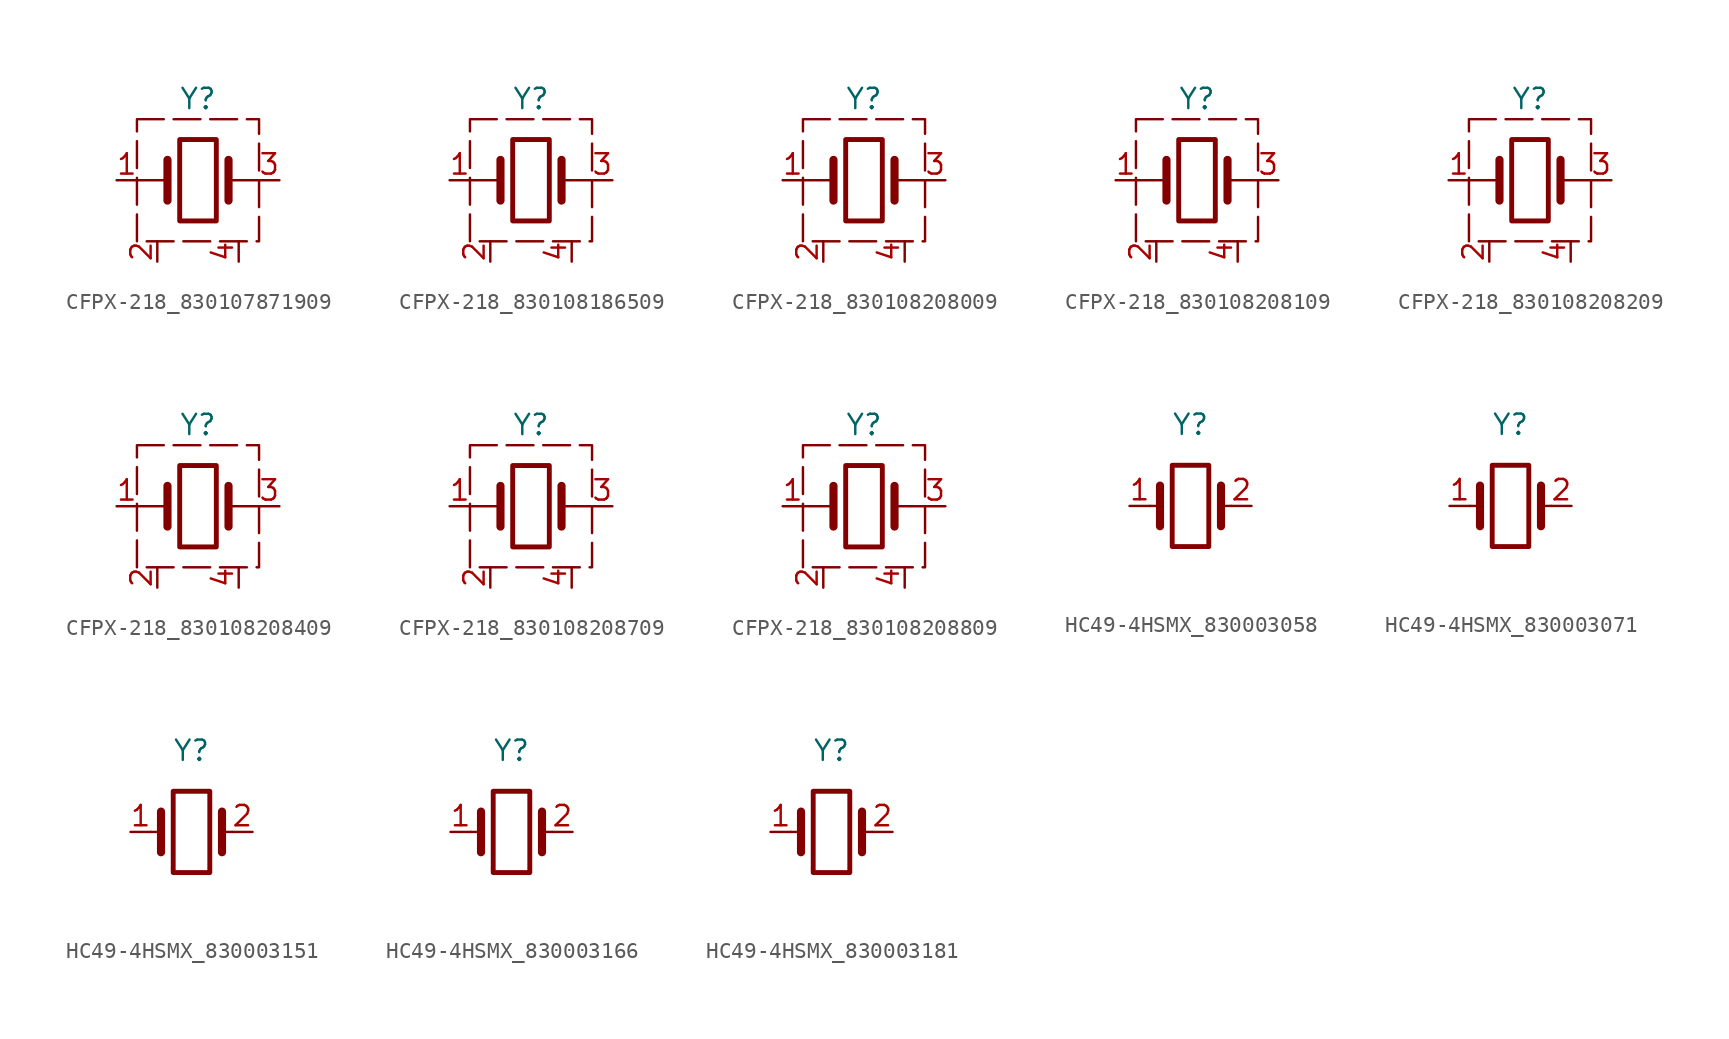
<source format=kicad_sym>
(kicad_symbol_lib
  (version 20220914)
  (generator kicad_symbol_editor)
  (symbol "CFPX-218_830107871909"
    (pin_names hide)
    (property "Reference" "Y"
      (at 0 5.08 0)
      (effects (font (size 1.27 1.27))))
    (property "Critical Parameter" ""
      (at 0 -5.08 0)
      (effects (font (size 1.27 1.27)) (justify left)))
    (symbol "CFPX-218_830107871909_0_1"
      (rectangle (start -1.143 2.54) (end 1.143 -2.54) (stroke (width 0.305) (type default)) (fill (type none)))
      (polyline (pts (xy -3.81 0) (xy -1.905 0)) (stroke (width 0) (type default)) (fill (type none)))
      (polyline (pts (xy -1.905 -1.27) (xy -1.905 1.27)) (stroke (width 0.508) (type default)) (fill (type none)))
      (polyline (pts (xy 1.905 -1.27) (xy 1.905 1.27)) (stroke (width 0.508) (type default)) (fill (type none)))
      (polyline (pts (xy 3.81 0) (xy 1.905 0)) (stroke (width 0) (type default)) (fill (type none))))
    (symbol "CFPX-218_830107871909_1_1"
      (rectangle (start -3.81 3.81) (end 3.81 -3.81) (stroke (width 0) (type dash)) (fill (type none)))
      (pin passive line (at -5.08 0 0) (length 1.27) (name "1" (effects (font (size 1.27 1.27)))) (number "1" (effects (font (size 1.27 1.27)))))
      (pin passive line (at -2.54 -5.08 90) (length 1.27) (name "GND" (effects (font (size 1.27 1.27)))) (number "2" (effects (font (size 1.27 1.27)))))
      (pin passive line (at 5.08 0 180) (length 1.27) (name "3" (effects (font (size 1.27 1.27)))) (number "3" (effects (font (size 1.27 1.27)))))
      (pin passive line (at 2.54 -5.08 90) (length 1.27) (name "GND1" (effects (font (size 1.27 1.27)))) (number "4" (effects (font (size 1.27 1.27)))))))
  (symbol "CFPX-218_830108186509"
    (pin_names hide)
    (property "Reference" "Y"
      (at 0 5.08 0)
      (effects (font (size 1.27 1.27))))
    (property "Critical Parameter" ""
      (at 0 -5.08 0)
      (effects (font (size 1.27 1.27)) (justify left)))
    (symbol "CFPX-218_830108186509_0_1"
      (rectangle (start -1.143 2.54) (end 1.143 -2.54) (stroke (width 0.305) (type default)) (fill (type none)))
      (polyline (pts (xy -3.81 0) (xy -1.905 0)) (stroke (width 0) (type default)) (fill (type none)))
      (polyline (pts (xy -1.905 -1.27) (xy -1.905 1.27)) (stroke (width 0.508) (type default)) (fill (type none)))
      (polyline (pts (xy 1.905 -1.27) (xy 1.905 1.27)) (stroke (width 0.508) (type default)) (fill (type none)))
      (polyline (pts (xy 3.81 0) (xy 1.905 0)) (stroke (width 0) (type default)) (fill (type none))))
    (symbol "CFPX-218_830108186509_1_1"
      (rectangle (start -3.81 3.81) (end 3.81 -3.81) (stroke (width 0) (type dash)) (fill (type none)))
      (pin passive line (at -5.08 0 0) (length 1.27) (name "1" (effects (font (size 1.27 1.27)))) (number "1" (effects (font (size 1.27 1.27)))))
      (pin passive line (at -2.54 -5.08 90) (length 1.27) (name "GND" (effects (font (size 1.27 1.27)))) (number "2" (effects (font (size 1.27 1.27)))))
      (pin passive line (at 5.08 0 180) (length 1.27) (name "3" (effects (font (size 1.27 1.27)))) (number "3" (effects (font (size 1.27 1.27)))))
      (pin passive line (at 2.54 -5.08 90) (length 1.27) (name "GND1" (effects (font (size 1.27 1.27)))) (number "4" (effects (font (size 1.27 1.27)))))))
  (symbol "CFPX-218_830108208009"
    (pin_names hide)
    (property "Reference" "Y"
      (at 0 5.08 0)
      (effects (font (size 1.27 1.27))))
    (property "Critical Parameter" ""
      (at 0 -5.08 0)
      (effects (font (size 1.27 1.27)) (justify left)))
    (symbol "CFPX-218_830108208009_0_1"
      (rectangle (start -1.143 2.54) (end 1.143 -2.54) (stroke (width 0.305) (type default)) (fill (type none)))
      (polyline (pts (xy -3.81 0) (xy -1.905 0)) (stroke (width 0) (type default)) (fill (type none)))
      (polyline (pts (xy -1.905 -1.27) (xy -1.905 1.27)) (stroke (width 0.508) (type default)) (fill (type none)))
      (polyline (pts (xy 1.905 -1.27) (xy 1.905 1.27)) (stroke (width 0.508) (type default)) (fill (type none)))
      (polyline (pts (xy 3.81 0) (xy 1.905 0)) (stroke (width 0) (type default)) (fill (type none))))
    (symbol "CFPX-218_830108208009_1_1"
      (rectangle (start -3.81 3.81) (end 3.81 -3.81) (stroke (width 0) (type dash)) (fill (type none)))
      (pin passive line (at -5.08 0 0) (length 1.27) (name "1" (effects (font (size 1.27 1.27)))) (number "1" (effects (font (size 1.27 1.27)))))
      (pin passive line (at -2.54 -5.08 90) (length 1.27) (name "GND" (effects (font (size 1.27 1.27)))) (number "2" (effects (font (size 1.27 1.27)))))
      (pin passive line (at 5.08 0 180) (length 1.27) (name "3" (effects (font (size 1.27 1.27)))) (number "3" (effects (font (size 1.27 1.27)))))
      (pin passive line (at 2.54 -5.08 90) (length 1.27) (name "GND1" (effects (font (size 1.27 1.27)))) (number "4" (effects (font (size 1.27 1.27)))))))
  (symbol "CFPX-218_830108208109"
    (pin_names hide)
    (property "Reference" "Y"
      (at 0 5.08 0)
      (effects (font (size 1.27 1.27))))
    (property "Critical Parameter" ""
      (at 0 -5.08 0)
      (effects (font (size 1.27 1.27)) (justify left)))
    (symbol "CFPX-218_830108208109_0_1"
      (rectangle (start -1.143 2.54) (end 1.143 -2.54) (stroke (width 0.305) (type default)) (fill (type none)))
      (polyline (pts (xy -3.81 0) (xy -1.905 0)) (stroke (width 0) (type default)) (fill (type none)))
      (polyline (pts (xy -1.905 -1.27) (xy -1.905 1.27)) (stroke (width 0.508) (type default)) (fill (type none)))
      (polyline (pts (xy 1.905 -1.27) (xy 1.905 1.27)) (stroke (width 0.508) (type default)) (fill (type none)))
      (polyline (pts (xy 3.81 0) (xy 1.905 0)) (stroke (width 0) (type default)) (fill (type none))))
    (symbol "CFPX-218_830108208109_1_1"
      (rectangle (start -3.81 3.81) (end 3.81 -3.81) (stroke (width 0) (type dash)) (fill (type none)))
      (pin passive line (at -5.08 0 0) (length 1.27) (name "1" (effects (font (size 1.27 1.27)))) (number "1" (effects (font (size 1.27 1.27)))))
      (pin passive line (at -2.54 -5.08 90) (length 1.27) (name "GND" (effects (font (size 1.27 1.27)))) (number "2" (effects (font (size 1.27 1.27)))))
      (pin passive line (at 5.08 0 180) (length 1.27) (name "3" (effects (font (size 1.27 1.27)))) (number "3" (effects (font (size 1.27 1.27)))))
      (pin passive line (at 2.54 -5.08 90) (length 1.27) (name "GND1" (effects (font (size 1.27 1.27)))) (number "4" (effects (font (size 1.27 1.27)))))))
  (symbol "CFPX-218_830108208209"
    (pin_names hide)
    (property "Reference" "Y"
      (at 0 5.08 0)
      (effects (font (size 1.27 1.27))))
    (property "Critical Parameter" ""
      (at 0 -5.08 0)
      (effects (font (size 1.27 1.27)) (justify left)))
    (symbol "CFPX-218_830108208209_0_1"
      (rectangle (start -1.143 2.54) (end 1.143 -2.54) (stroke (width 0.305) (type default)) (fill (type none)))
      (polyline (pts (xy -3.81 0) (xy -1.905 0)) (stroke (width 0) (type default)) (fill (type none)))
      (polyline (pts (xy -1.905 -1.27) (xy -1.905 1.27)) (stroke (width 0.508) (type default)) (fill (type none)))
      (polyline (pts (xy 1.905 -1.27) (xy 1.905 1.27)) (stroke (width 0.508) (type default)) (fill (type none)))
      (polyline (pts (xy 3.81 0) (xy 1.905 0)) (stroke (width 0) (type default)) (fill (type none))))
    (symbol "CFPX-218_830108208209_1_1"
      (rectangle (start -3.81 3.81) (end 3.81 -3.81) (stroke (width 0) (type dash)) (fill (type none)))
      (pin passive line (at -5.08 0 0) (length 1.27) (name "1" (effects (font (size 1.27 1.27)))) (number "1" (effects (font (size 1.27 1.27)))))
      (pin passive line (at -2.54 -5.08 90) (length 1.27) (name "GND" (effects (font (size 1.27 1.27)))) (number "2" (effects (font (size 1.27 1.27)))))
      (pin passive line (at 5.08 0 180) (length 1.27) (name "3" (effects (font (size 1.27 1.27)))) (number "3" (effects (font (size 1.27 1.27)))))
      (pin passive line (at 2.54 -5.08 90) (length 1.27) (name "GND1" (effects (font (size 1.27 1.27)))) (number "4" (effects (font (size 1.27 1.27)))))))
  (symbol "CFPX-218_830108208409"
    (pin_names hide)
    (property "Reference" "Y"
      (at 0 5.08 0)
      (effects (font (size 1.27 1.27))))
    (property "Critical Parameter" ""
      (at 0 -5.08 0)
      (effects (font (size 1.27 1.27)) (justify left)))
    (symbol "CFPX-218_830108208409_0_1"
      (rectangle (start -1.143 2.54) (end 1.143 -2.54) (stroke (width 0.305) (type default)) (fill (type none)))
      (polyline (pts (xy -3.81 0) (xy -1.905 0)) (stroke (width 0) (type default)) (fill (type none)))
      (polyline (pts (xy -1.905 -1.27) (xy -1.905 1.27)) (stroke (width 0.508) (type default)) (fill (type none)))
      (polyline (pts (xy 1.905 -1.27) (xy 1.905 1.27)) (stroke (width 0.508) (type default)) (fill (type none)))
      (polyline (pts (xy 3.81 0) (xy 1.905 0)) (stroke (width 0) (type default)) (fill (type none))))
    (symbol "CFPX-218_830108208409_1_1"
      (rectangle (start -3.81 3.81) (end 3.81 -3.81) (stroke (width 0) (type dash)) (fill (type none)))
      (pin passive line (at -5.08 0 0) (length 1.27) (name "1" (effects (font (size 1.27 1.27)))) (number "1" (effects (font (size 1.27 1.27)))))
      (pin passive line (at -2.54 -5.08 90) (length 1.27) (name "GND" (effects (font (size 1.27 1.27)))) (number "2" (effects (font (size 1.27 1.27)))))
      (pin passive line (at 5.08 0 180) (length 1.27) (name "3" (effects (font (size 1.27 1.27)))) (number "3" (effects (font (size 1.27 1.27)))))
      (pin passive line (at 2.54 -5.08 90) (length 1.27) (name "GND1" (effects (font (size 1.27 1.27)))) (number "4" (effects (font (size 1.27 1.27)))))))
  (symbol "CFPX-218_830108208709"
    (pin_names hide)
    (property "Reference" "Y"
      (at 0 5.08 0)
      (effects (font (size 1.27 1.27))))
    (property "Critical Parameter" ""
      (at 0 -5.08 0)
      (effects (font (size 1.27 1.27)) (justify left)))
    (symbol "CFPX-218_830108208709_0_1"
      (rectangle (start -1.143 2.54) (end 1.143 -2.54) (stroke (width 0.305) (type default)) (fill (type none)))
      (polyline (pts (xy -3.81 0) (xy -1.905 0)) (stroke (width 0) (type default)) (fill (type none)))
      (polyline (pts (xy -1.905 -1.27) (xy -1.905 1.27)) (stroke (width 0.508) (type default)) (fill (type none)))
      (polyline (pts (xy 1.905 -1.27) (xy 1.905 1.27)) (stroke (width 0.508) (type default)) (fill (type none)))
      (polyline (pts (xy 3.81 0) (xy 1.905 0)) (stroke (width 0) (type default)) (fill (type none))))
    (symbol "CFPX-218_830108208709_1_1"
      (rectangle (start -3.81 3.81) (end 3.81 -3.81) (stroke (width 0) (type dash)) (fill (type none)))
      (pin passive line (at -5.08 0 0) (length 1.27) (name "1" (effects (font (size 1.27 1.27)))) (number "1" (effects (font (size 1.27 1.27)))))
      (pin passive line (at -2.54 -5.08 90) (length 1.27) (name "GND" (effects (font (size 1.27 1.27)))) (number "2" (effects (font (size 1.27 1.27)))))
      (pin passive line (at 5.08 0 180) (length 1.27) (name "3" (effects (font (size 1.27 1.27)))) (number "3" (effects (font (size 1.27 1.27)))))
      (pin passive line (at 2.54 -5.08 90) (length 1.27) (name "GND1" (effects (font (size 1.27 1.27)))) (number "4" (effects (font (size 1.27 1.27)))))))
  (symbol "CFPX-218_830108208809"
    (pin_names hide)
    (property "Reference" "Y"
      (at 0 5.08 0)
      (effects (font (size 1.27 1.27))))
    (property "Critical Parameter" ""
      (at 0 -5.08 0)
      (effects (font (size 1.27 1.27)) (justify left)))
    (symbol "CFPX-218_830108208809_0_1"
      (rectangle (start -1.143 2.54) (end 1.143 -2.54) (stroke (width 0.305) (type default)) (fill (type none)))
      (polyline (pts (xy -3.81 0) (xy -1.905 0)) (stroke (width 0) (type default)) (fill (type none)))
      (polyline (pts (xy -1.905 -1.27) (xy -1.905 1.27)) (stroke (width 0.508) (type default)) (fill (type none)))
      (polyline (pts (xy 1.905 -1.27) (xy 1.905 1.27)) (stroke (width 0.508) (type default)) (fill (type none)))
      (polyline (pts (xy 3.81 0) (xy 1.905 0)) (stroke (width 0) (type default)) (fill (type none))))
    (symbol "CFPX-218_830108208809_1_1"
      (rectangle (start -3.81 3.81) (end 3.81 -3.81) (stroke (width 0) (type dash)) (fill (type none)))
      (pin passive line (at -5.08 0 0) (length 1.27) (name "1" (effects (font (size 1.27 1.27)))) (number "1" (effects (font (size 1.27 1.27)))))
      (pin passive line (at -2.54 -5.08 90) (length 1.27) (name "GND" (effects (font (size 1.27 1.27)))) (number "2" (effects (font (size 1.27 1.27)))))
      (pin passive line (at 5.08 0 180) (length 1.27) (name "3" (effects (font (size 1.27 1.27)))) (number "3" (effects (font (size 1.27 1.27)))))
      (pin passive line (at 2.54 -5.08 90) (length 1.27) (name "GND1" (effects (font (size 1.27 1.27)))) (number "4" (effects (font (size 1.27 1.27)))))))
  (symbol "HC49-4HSMX_830003058"
    (pin_names hide)
    (property "Reference" "Y"
      (at 0 5.08 0)
      (effects (font (size 1.27 1.27))))
    (property "Critical Parameter" ""
      (at 0 -5.08 0)
      (effects (font (size 1.27 1.27)) (justify left)))
    (symbol "HC49-4HSMX_830003058_0_1"
      (rectangle (start -1.143 2.54) (end 1.143 -2.54) (stroke (width 0.305) (type default)) (fill (type none)))
      (polyline (pts (xy -2.54 0) (xy -1.905 0)) (stroke (width 0) (type default)) (fill (type none)))
      (polyline (pts (xy -1.905 -1.27) (xy -1.905 1.27)) (stroke (width 0.508) (type default)) (fill (type none)))
      (polyline (pts (xy 1.905 -1.27) (xy 1.905 1.27)) (stroke (width 0.508) (type default)) (fill (type none)))
      (polyline (pts (xy 2.54 0) (xy 1.905 0)) (stroke (width 0) (type default)) (fill (type none))))
    (symbol "HC49-4HSMX_830003058_1_1"
      (pin passive line (at -3.81 0 0) (length 1.27) (name "1" (effects (font (size 1.27 1.27)))) (number "1" (effects (font (size 1.27 1.27)))))
      (pin passive line (at 3.81 0 180) (length 1.27) (name "2" (effects (font (size 1.27 1.27)))) (number "2" (effects (font (size 1.27 1.27)))))))
  (symbol "HC49-4HSMX_830003071"
    (pin_names hide)
    (property "Reference" "Y"
      (at 0 5.08 0)
      (effects (font (size 1.27 1.27))))
    (property "Critical Parameter" ""
      (at 0 -5.08 0)
      (effects (font (size 1.27 1.27)) (justify left)))
    (symbol "HC49-4HSMX_830003071_0_1"
      (rectangle (start -1.143 2.54) (end 1.143 -2.54) (stroke (width 0.305) (type default)) (fill (type none)))
      (polyline (pts (xy -2.54 0) (xy -1.905 0)) (stroke (width 0) (type default)) (fill (type none)))
      (polyline (pts (xy -1.905 -1.27) (xy -1.905 1.27)) (stroke (width 0.508) (type default)) (fill (type none)))
      (polyline (pts (xy 1.905 -1.27) (xy 1.905 1.27)) (stroke (width 0.508) (type default)) (fill (type none)))
      (polyline (pts (xy 2.54 0) (xy 1.905 0)) (stroke (width 0) (type default)) (fill (type none))))
    (symbol "HC49-4HSMX_830003071_1_1"
      (pin passive line (at -3.81 0 0) (length 1.27) (name "1" (effects (font (size 1.27 1.27)))) (number "1" (effects (font (size 1.27 1.27)))))
      (pin passive line (at 3.81 0 180) (length 1.27) (name "2" (effects (font (size 1.27 1.27)))) (number "2" (effects (font (size 1.27 1.27)))))))
  (symbol "HC49-4HSMX_830003151"
    (pin_names hide)
    (property "Reference" "Y"
      (at 0 5.08 0)
      (effects (font (size 1.27 1.27))))
    (property "Critical Parameter" ""
      (at 0 -5.08 0)
      (effects (font (size 1.27 1.27)) (justify left)))
    (symbol "HC49-4HSMX_830003151_0_1"
      (rectangle (start -1.143 2.54) (end 1.143 -2.54) (stroke (width 0.305) (type default)) (fill (type none)))
      (polyline (pts (xy -2.54 0) (xy -1.905 0)) (stroke (width 0) (type default)) (fill (type none)))
      (polyline (pts (xy -1.905 -1.27) (xy -1.905 1.27)) (stroke (width 0.508) (type default)) (fill (type none)))
      (polyline (pts (xy 1.905 -1.27) (xy 1.905 1.27)) (stroke (width 0.508) (type default)) (fill (type none)))
      (polyline (pts (xy 2.54 0) (xy 1.905 0)) (stroke (width 0) (type default)) (fill (type none))))
    (symbol "HC49-4HSMX_830003151_1_1"
      (pin passive line (at -3.81 0 0) (length 1.27) (name "1" (effects (font (size 1.27 1.27)))) (number "1" (effects (font (size 1.27 1.27)))))
      (pin passive line (at 3.81 0 180) (length 1.27) (name "2" (effects (font (size 1.27 1.27)))) (number "2" (effects (font (size 1.27 1.27)))))))
  (symbol "HC49-4HSMX_830003166"
    (pin_names hide)
    (property "Reference" "Y"
      (at 0 5.08 0)
      (effects (font (size 1.27 1.27))))
    (property "Critical Parameter" ""
      (at 0 -5.08 0)
      (effects (font (size 1.27 1.27)) (justify left)))
    (symbol "HC49-4HSMX_830003166_0_1"
      (rectangle (start -1.143 2.54) (end 1.143 -2.54) (stroke (width 0.305) (type default)) (fill (type none)))
      (polyline (pts (xy -2.54 0) (xy -1.905 0)) (stroke (width 0) (type default)) (fill (type none)))
      (polyline (pts (xy -1.905 -1.27) (xy -1.905 1.27)) (stroke (width 0.508) (type default)) (fill (type none)))
      (polyline (pts (xy 1.905 -1.27) (xy 1.905 1.27)) (stroke (width 0.508) (type default)) (fill (type none)))
      (polyline (pts (xy 2.54 0) (xy 1.905 0)) (stroke (width 0) (type default)) (fill (type none))))
    (symbol "HC49-4HSMX_830003166_1_1"
      (pin passive line (at -3.81 0 0) (length 1.27) (name "1" (effects (font (size 1.27 1.27)))) (number "1" (effects (font (size 1.27 1.27)))))
      (pin passive line (at 3.81 0 180) (length 1.27) (name "2" (effects (font (size 1.27 1.27)))) (number "2" (effects (font (size 1.27 1.27)))))))
  (symbol "HC49-4HSMX_830003181"
    (pin_names hide)
    (property "Reference" "Y"
      (at 0 5.08 0)
      (effects (font (size 1.27 1.27))))
    (property "Critical Parameter" ""
      (at 0 -5.08 0)
      (effects (font (size 1.27 1.27)) (justify left)))
    (symbol "HC49-4HSMX_830003181_0_1"
      (rectangle (start -1.143 2.54) (end 1.143 -2.54) (stroke (width 0.305) (type default)) (fill (type none)))
      (polyline (pts (xy -2.54 0) (xy -1.905 0)) (stroke (width 0) (type default)) (fill (type none)))
      (polyline (pts (xy -1.905 -1.27) (xy -1.905 1.27)) (stroke (width 0.508) (type default)) (fill (type none)))
      (polyline (pts (xy 1.905 -1.27) (xy 1.905 1.27)) (stroke (width 0.508) (type default)) (fill (type none)))
      (polyline (pts (xy 2.54 0) (xy 1.905 0)) (stroke (width 0) (type default)) (fill (type none))))
    (symbol "HC49-4HSMX_830003181_1_1"
      (pin passive line (at -3.81 0 0) (length 1.27) (name "1" (effects (font (size 1.27 1.27)))) (number "1" (effects (font (size 1.27 1.27)))))
      (pin passive line (at 3.81 0 180) (length 1.27) (name "2" (effects (font (size 1.27 1.27)))) (number "2" (effects (font (size 1.27 1.27))))))))
</source>
